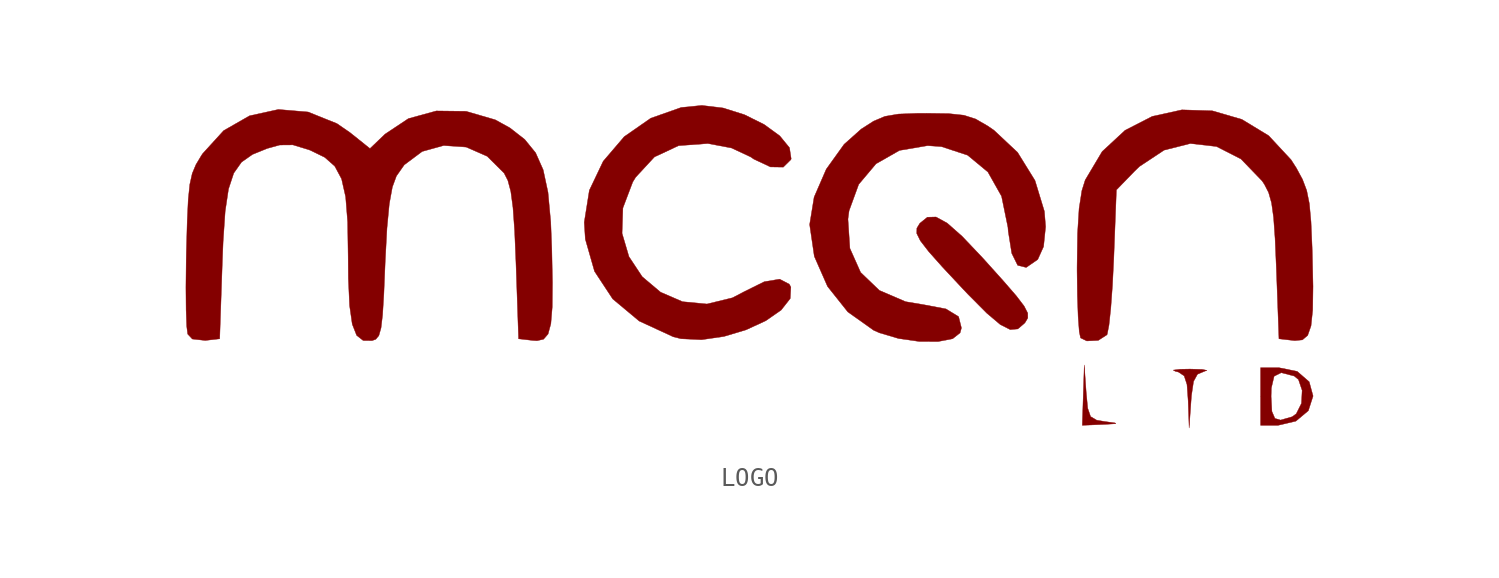
<source format=kicad_sym>
(kicad_symbol_lib
  (version 20220914)
  (generator bitmap2component)
  (symbol "LOGO"
    (pin_names
      (offset 1.016))
    (property "Reference" "#G"
      (at 0 8.783 0)
      (effects (font (size 1.27 1.27)) hide))
    (symbol "LOGO_0_0"
      (polyline (pts (xy 19.335 -8.802) (xy 19.583 -8.791) (xy 20.085 -8.759) (xy 20.047 -8.717) (xy 19.492 -8.642) (xy 19.044 -8.567) (xy 18.714 -8.37) (xy 18.558 -7.916) (xy 18.475 -7.046) (xy 18.371 -5.565) (xy 18.265 -8.847) (xy 19.335 -8.802)) (stroke (width 0.01) (type default)) (fill (type outline)))
      (polyline (pts (xy 24.183 -7.51) (xy 24.205 -7.222) (xy 24.319 -6.455) (xy 24.533 -6.067) (xy 24.915 -5.907) (xy 25.046 -5.857) (xy 24.795 -5.806) (xy 24.116 -5.786) (xy 23.586 -5.797) (xy 23.214 -5.842) (xy 23.331 -5.909) (xy 23.497 -5.949) (xy 23.808 -6.156) (xy 23.962 -6.625) (xy 24.026 -7.511) (xy 24.079 -8.99) (xy 24.183 -7.51)) (stroke (width 0.01) (type default)) (fill (type outline)))
      (polyline (pts (xy 28.92 -8.847) (xy 29.887 -8.62) (xy 30.566 -8.052) (xy 30.823 -7.254) (xy 30.612 -6.478) (xy 29.959 -5.912) (xy 28.947 -5.708) (xy 27.968 -5.708) (xy 27.968 -7.278) (xy 28.539 -7.278) (xy 28.552 -6.817) (xy 28.703 -6.175) (xy 29.09 -5.983) (xy 29.8 -6.167) (xy 30.029 -6.357) (xy 30.229 -6.946) (xy 30.193 -7.652) (xy 29.909 -8.219) (xy 29.686 -8.381) (xy 29.053 -8.562) (xy 28.746 -8.472) (xy 28.582 -8.09) (xy 28.539 -7.278) (xy 27.968 -7.278) (xy 27.968 -8.847) (xy 28.874 -8.847) (xy 28.92 -8.847)) (stroke (width 0.01) (type default)) (fill (type outline)))
      (polyline (pts (xy -11.057 -4.162) (xy -10.811 -3.879) (xy -10.659 -3.319) (xy -10.584 -2.409) (xy -10.572 -1.076) (xy -10.608 0.754) (xy -10.665 2.215) (xy -10.815 3.835) (xy -11.077 5.058) (xy -11.488 5.984) (xy -12.08 6.711) (xy -12.888 7.341) (xy -13.686 7.781) (xy -15.273 8.242) (xy -16.894 8.262) (xy -18.411 7.846) (xy -19.683 7.001) (xy -20.503 6.215) (xy -21.596 7.089) (xy -22.3 7.574) (xy -23.867 8.205) (xy -25.488 8.342) (xy -27.056 7.999) (xy -28.466 7.192) (xy -29.611 5.936) (xy -29.685 5.823) (xy -29.973 5.342) (xy -30.175 4.861) (xy -30.308 4.266) (xy -30.393 3.443) (xy -30.448 2.277) (xy -30.493 0.654) (xy -30.504 0.113) (xy -30.519 -1.336) (xy -30.509 -2.562) (xy -30.477 -3.449) (xy -30.423 -3.881) (xy -30.171 -4.15) (xy -29.468 -4.229) (xy -28.682 -4.138) (xy -28.539 0.052) (xy -28.496 1.142) (xy -28.384 2.797) (xy -28.202 4.014) (xy -27.916 4.879) (xy -27.492 5.478) (xy -26.895 5.896) (xy -26.093 6.221) (xy -25.411 6.409) (xy -24.695 6.415) (xy -23.827 6.15) (xy -23.731 6.112) (xy -22.966 5.738) (xy -22.417 5.253) (xy -22.048 4.564) (xy -21.826 3.582) (xy -21.718 2.213) (xy -21.69 0.367) (xy -21.679 -0.86) (xy -21.612 -2.333) (xy -21.467 -3.343) (xy -21.227 -3.954) (xy -20.873 -4.231) (xy -20.387 -4.237) (xy -20.185 -4.165) (xy -20.02 -3.965) (xy -19.902 -3.551) (xy -19.817 -2.836) (xy -19.749 -1.728) (xy -19.683 -0.14) (xy -19.674 0.08) (xy -19.578 1.883) (xy -19.452 3.204) (xy -19.284 4.122) (xy -19.065 4.719) (xy -18.638 5.327) (xy -17.659 6.057) (xy -16.489 6.381) (xy -15.265 6.295) (xy -14.123 5.794) (xy -13.201 4.876) (xy -12.998 4.478) (xy -12.838 3.878) (xy -12.72 2.995) (xy -12.63 1.735) (xy -12.557 0) (xy -12.415 -4.138) (xy -11.64 -4.228) (xy -11.411 -4.242) (xy -11.057 -4.162)) (stroke (width 0.01) (type default)) (fill (type outline)))
      (polyline (pts (xy -1.239 -4.011) (xy -0.038 -3.652) (xy 1.037 -3.157) (xy 1.876 -2.574) (xy 2.368 -1.947) (xy 2.402 -1.326) (xy 2.316 -1.164) (xy 1.794 -0.893) (xy 0.956 -1.032) (xy -0.143 -1.577) (xy -0.776 -1.907) (xy -2.162 -2.245) (xy -3.491 -2.119) (xy -4.69 -1.6) (xy -5.687 -0.759) (xy -6.409 0.332) (xy -6.784 1.603) (xy -6.739 2.98) (xy -6.203 4.394) (xy -6.045 4.652) (xy -5.02 5.759) (xy -3.709 6.372) (xy -2.114 6.49) (xy -0.828 6.247) (xy 0.213 5.76) (xy 0.392 5.638) (xy 1.29 5.216) (xy 1.992 5.205) (xy 2.404 5.612) (xy 2.42 5.659) (xy 2.328 6.261) (xy 1.798 6.907) (xy 0.945 7.528) (xy -0.121 8.057) (xy -1.287 8.424) (xy -2.441 8.562) (xy -3.568 8.45) (xy -5.223 7.866) (xy -6.666 6.862) (xy -7.81 5.524) (xy -8.564 3.941) (xy -8.841 2.203) (xy -8.783 1.284) (xy -8.281 -0.469) (xy -7.292 -1.97) (xy -5.852 -3.173) (xy -3.997 -4.03) (xy -3.575 -4.135) (xy -2.455 -4.188) (xy -1.239 -4.011)) (stroke (width 0.01) (type default)) (fill (type outline)))
      (polyline (pts (xy 11.211 -4.133) (xy 11.613 -3.814) (xy 11.686 -3.548) (xy 11.532 -2.933) (xy 10.844 -2.512) (xy 9.621 -2.281) (xy 8.648 -2.118) (xy 7.224 -1.507) (xy 6.199 -0.525) (xy 5.615 0.785) (xy 5.51 2.376) (xy 5.571 2.831) (xy 6.095 4.266) (xy 7.038 5.386) (xy 8.316 6.114) (xy 9.846 6.374) (xy 10.597 6.321) (xy 12.021 5.854) (xy 13.126 4.939) (xy 13.871 3.617) (xy 14.217 1.93) (xy 14.233 1.72) (xy 14.425 0.515) (xy 14.748 -0.141) (xy 15.211 -0.256) (xy 15.819 0.163) (xy 15.845 0.191) (xy 16.156 0.879) (xy 16.267 1.962) (xy 16.2 2.799) (xy 15.688 4.479) (xy 14.743 6.005) (xy 13.456 7.212) (xy 13.099 7.455) (xy 12.455 7.825) (xy 11.819 8.029) (xy 10.998 8.116) (xy 9.799 8.134) (xy 9.302 8.132) (xy 8.256 8.092) (xy 7.522 7.967) (xy 6.911 7.71) (xy 6.232 7.276) (xy 5.301 6.446) (xy 4.33 5.093) (xy 3.669 3.572) (xy 3.425 2.08) (xy 3.679 0.349) (xy 4.4 -1.29) (xy 5.504 -2.677) (xy 6.908 -3.674) (xy 7.224 -3.814) (xy 8.271 -4.124) (xy 9.387 -4.283) (xy 10.418 -4.288) (xy 11.211 -4.133)) (stroke (width 0.01) (type default)) (fill (type outline)))
      (polyline (pts (xy 19.133 -4.225) (xy 19.602 -3.924) (xy 19.619 -3.89) (xy 19.716 -3.396) (xy 19.815 -2.47) (xy 19.905 -1.232) (xy 19.976 0.198) (xy 20.12 3.964) (xy 21.099 4.973) (xy 21.373 5.239) (xy 22.718 6.129) (xy 24.146 6.489) (xy 25.569 6.327) (xy 26.899 5.647) (xy 28.047 4.457) (xy 28.176 4.266) (xy 28.404 3.821) (xy 28.564 3.256) (xy 28.675 2.458) (xy 28.756 1.315) (xy 28.825 -0.285) (xy 28.967 -4.138) (xy 29.742 -4.228) (xy 29.835 -4.237) (xy 30.244 -4.196) (xy 30.53 -3.954) (xy 30.711 -3.437) (xy 30.802 -2.573) (xy 30.82 -1.286) (xy 30.781 0.496) (xy 30.771 0.838) (xy 30.711 2.224) (xy 30.622 3.209) (xy 30.477 3.932) (xy 30.249 4.535) (xy 29.913 5.157) (xy 29.625 5.606) (xy 28.407 6.916) (xy 26.948 7.802) (xy 25.343 8.268) (xy 23.685 8.321) (xy 22.07 7.966) (xy 20.592 7.208) (xy 19.345 6.052) (xy 18.423 4.504) (xy 18.241 3.923) (xy 18.09 2.952) (xy 18.006 1.599) (xy 17.98 -0.229) (xy 17.98 -0.438) (xy 17.998 -1.808) (xy 18.039 -2.95) (xy 18.099 -3.748) (xy 18.17 -4.091) (xy 18.509 -4.255) (xy 19.133 -4.225)) (stroke (width 0.01) (type default)) (fill (type outline)))
      (polyline (pts (xy 14.756 -3.601) (xy 15.116 -3.295) (xy 15.16 -3.24) (xy 15.297 -3.007) (xy 15.293 -2.739) (xy 15.099 -2.361) (xy 14.666 -1.794) (xy 13.944 -0.962) (xy 12.886 0.214) (xy 12.806 0.301) (xy 11.725 1.439) (xy 10.912 2.157) (xy 10.303 2.491) (xy 9.831 2.478) (xy 9.43 2.155) (xy 9.418 2.141) (xy 9.261 1.883) (xy 9.255 1.594) (xy 9.452 1.196) (xy 9.899 0.616) (xy 10.645 -0.223) (xy 11.741 -1.396) (xy 12.052 -1.724) (xy 13.062 -2.74) (xy 13.802 -3.365) (xy 14.342 -3.638) (xy 14.756 -3.601)) (stroke (width 0.01) (type default)) (fill (type outline))))))
</source>
